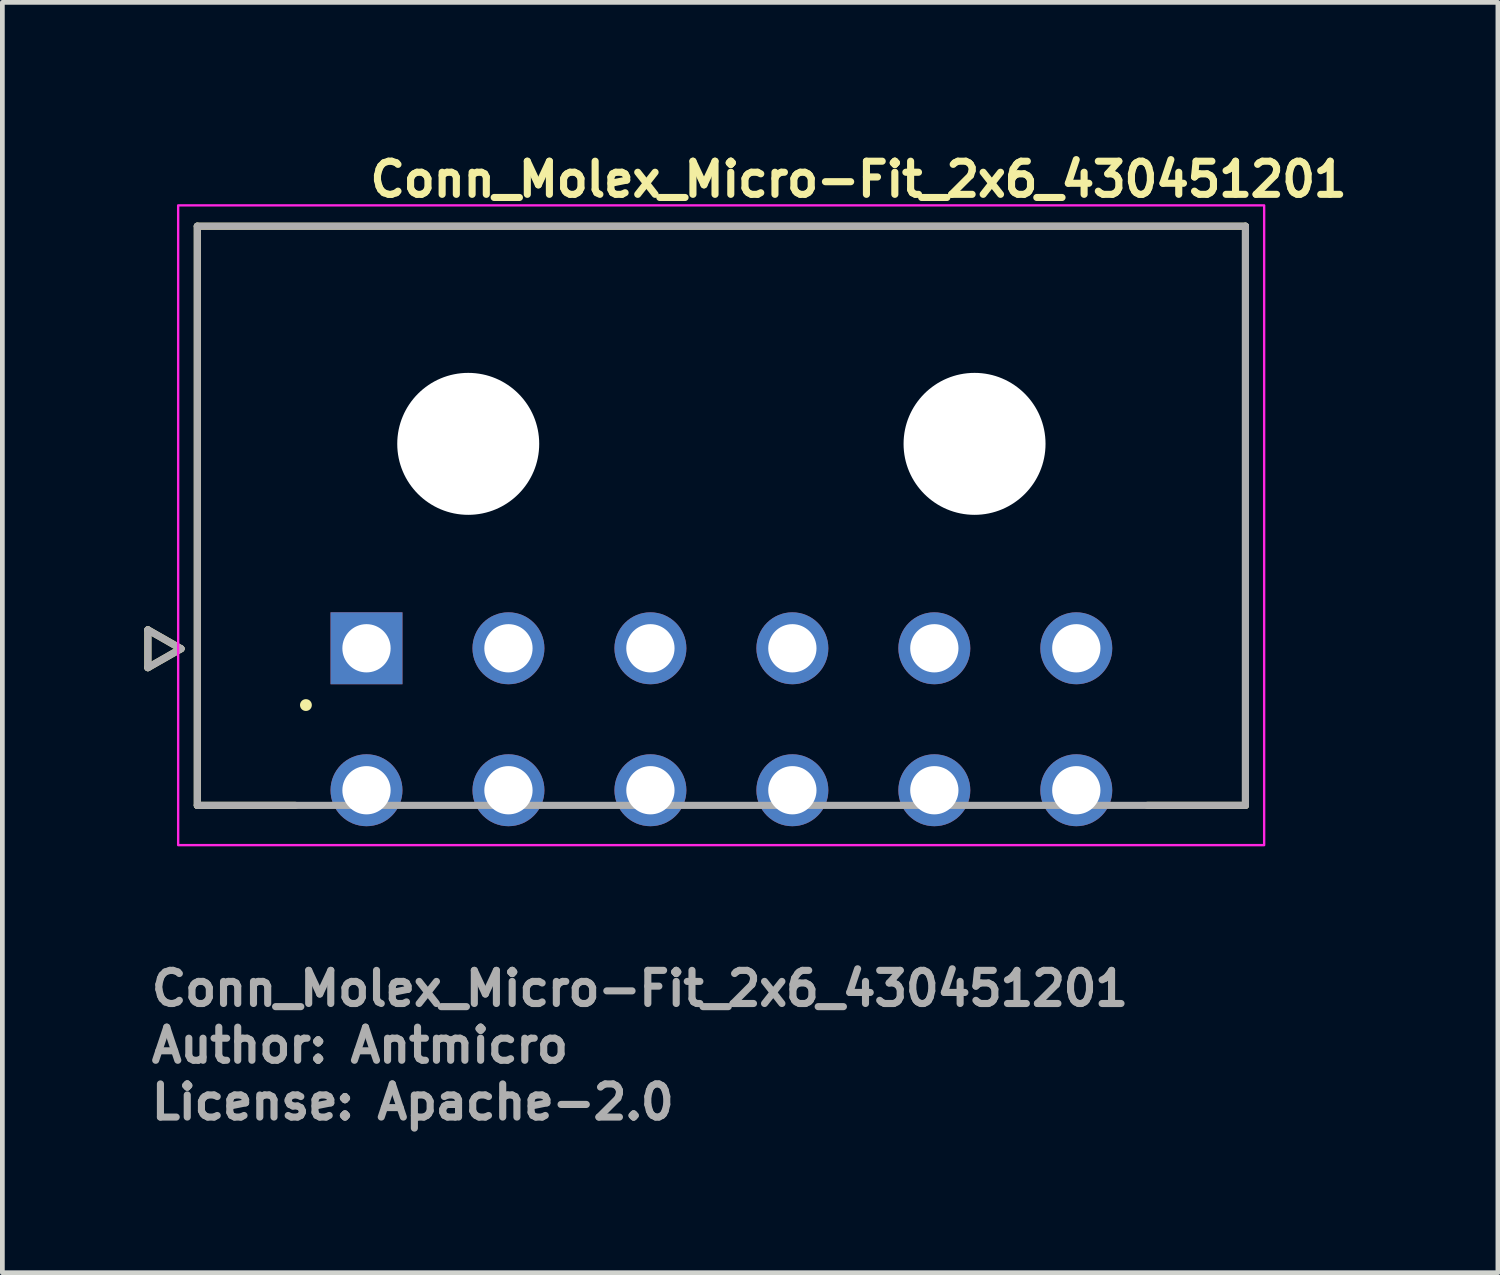
<source format=kicad_pcb>
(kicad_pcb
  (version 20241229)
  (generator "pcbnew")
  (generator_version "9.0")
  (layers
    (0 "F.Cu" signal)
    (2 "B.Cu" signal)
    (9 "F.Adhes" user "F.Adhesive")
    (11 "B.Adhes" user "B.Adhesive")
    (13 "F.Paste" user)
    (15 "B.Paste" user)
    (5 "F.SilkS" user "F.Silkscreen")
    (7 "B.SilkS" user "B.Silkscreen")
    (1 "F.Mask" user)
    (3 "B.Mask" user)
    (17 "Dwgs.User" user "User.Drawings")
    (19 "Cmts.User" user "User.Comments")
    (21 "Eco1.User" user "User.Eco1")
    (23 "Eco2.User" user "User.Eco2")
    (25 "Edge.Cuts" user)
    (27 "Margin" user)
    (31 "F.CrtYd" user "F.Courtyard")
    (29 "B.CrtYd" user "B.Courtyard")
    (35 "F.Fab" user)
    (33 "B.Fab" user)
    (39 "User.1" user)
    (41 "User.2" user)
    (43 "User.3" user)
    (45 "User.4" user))
  (footprint "Conn_Molex_Micro-Fit_2x6_430451201"
    (layer "F.Cu")
    (at 4.695 10.65)
    (property "Reference" "Conn_Molex_Micro-Fit_2x6_430451201" (at 0 -9.5 0) (layer "F.SilkS") (effects (font (size 0.7 0.7) (thickness 0.15)) (justify left bottom)))
    (attr through_hole)
    (fp_line (start -4.62 -0.39) (end -4.62 0.41) (stroke (width 0.15) (type solid)) (layer "F.SilkS"))
    (fp_line (start -4.62 0.41) (end -3.92 0.01) (stroke (width 0.15) (type solid)) (layer "F.SilkS"))
    (fp_line (start -3.92 0.01) (end -4.62 -0.39) (stroke (width 0.15) (type solid)) (layer "F.SilkS"))
    (fp_line (start -3.575 -8.92) (end -3.575 3.32) (stroke (width 0.15) (type solid)) (layer "F.SilkS"))
    (fp_line (start -3.575 3.32) (end -1.5 3.32) (stroke (width 0.15) (type solid)) (layer "F.SilkS"))
    (fp_line (start 16.5 3.32) (end 18.575 3.32) (stroke (width 0.15) (type solid)) (layer "F.SilkS"))
    (fp_line (start 18.575 -8.92) (end -3.575 -8.92) (stroke (width 0.15) (type solid)) (layer "F.SilkS"))
    (fp_line (start 18.575 3.32) (end 18.575 -8.92) (stroke (width 0.15) (type solid)) (layer "F.SilkS"))
    (fp_circle (center -1.28 1.2) (end -1.23 1.2) (stroke (width 0.15) (type solid)) (fill yes) (layer "F.SilkS"))
    (fp_rect (start -3.98 -9.36) (end 18.97 4.16) (stroke (width 0.05) (type solid)) (fill no) (layer "F.CrtYd"))
    (fp_line (start -4.62 -0.39) (end -4.62 0.41) (stroke (width 0.15) (type solid)) (layer "F.Fab"))
    (fp_line (start -4.62 0.41) (end -3.92 0.01) (stroke (width 0.15) (type solid)) (layer "F.Fab"))
    (fp_line (start -3.92 0.01) (end -4.62 -0.39) (stroke (width 0.15) (type solid)) (layer "F.Fab"))
    (fp_line (start -3.575 -8.92) (end -3.575 3.32) (stroke (width 0.15) (type solid)) (layer "F.Fab"))
    (fp_line (start -3.575 3.32) (end 18.575 3.32) (stroke (width 0.15) (type solid)) (layer "F.Fab"))
    (fp_line (start 18.575 -8.92) (end -3.575 -8.92) (stroke (width 0.15) (type solid)) (layer "F.Fab"))
    (fp_line (start 18.575 3.32) (end 18.575 -8.92) (stroke (width 0.15) (type solid)) (layer "F.Fab"))
    (fp_rect (start -3.575 -8.955) (end 18.575 3.285) (stroke (width 0.1) (type solid)) (fill no) (layer "User.5"))
    (fp_line (start -3.575 -0.645) (end -3.575 0.955) (stroke (width 0.02) (type solid)) (layer "User.9"))
    (fp_line (start -3.575 0.955) (end -1.825 0.955) (stroke (width 0.02) (type solid)) (layer "User.9"))
    (fp_line (start -3.325 -7.305) (end -1.94 -8.955) (stroke (width 0.02) (type solid)) (layer "User.9"))
    (fp_line (start -3.325 -0.645) (end -3.575 -0.645) (stroke (width 0.02) (type solid)) (layer "User.9"))
    (fp_line (start -3.325 -0.645) (end -3.325 -7.305) (stroke (width 0.02) (type solid)) (layer "User.9"))
    (fp_line (start -1.825 0.955) (end -1.825 -0.795) (stroke (width 0.02) (type solid)) (layer "User.9"))
    (fp_line (start -0.32 0.955) (end -1.825 0.955) (stroke (width 0.02) (type solid)) (layer "User.9"))
    (fp_line (start -0.32 0.955) (end -0.32 -0.345) (stroke (width 0.02) (type solid)) (layer "User.9"))
    (fp_line (start -0.32 3.285) (end -0.32 0.955) (stroke (width 0.02) (type solid)) (layer "User.9"))
    (fp_line (start -0.32 3.285) (end 0.32 3.285) (stroke (width 0.02) (type solid)) (layer "User.9"))
    (fp_line (start 0.32 -0.345) (end -0.32 -0.345) (stroke (width 0.02) (type solid)) (layer "User.9"))
    (fp_line (start 0.32 0.955) (end 0.32 -0.345) (stroke (width 0.02) (type solid)) (layer "User.9"))
    (fp_line (start 0.32 3.285) (end 0.32 0.955) (stroke (width 0.02) (type solid)) (layer "User.9"))
    (fp_line (start 2.68 0.955) (end 0.32 0.955) (stroke (width 0.02) (type solid)) (layer "User.9"))
    (fp_line (start 2.68 0.955) (end 2.68 -0.345) (stroke (width 0.02) (type solid)) (layer "User.9"))
    (fp_line (start 2.68 3.285) (end 2.68 0.955) (stroke (width 0.02) (type solid)) (layer "User.9"))
    (fp_line (start 2.68 3.285) (end 3.32 3.285) (stroke (width 0.02) (type solid)) (layer "User.9"))
    (fp_line (start 3.32 -0.345) (end 2.68 -0.345) (stroke (width 0.02) (type solid)) (layer "User.9"))
    (fp_line (start 3.32 0.955) (end 3.32 -0.345) (stroke (width 0.02) (type solid)) (layer "User.9"))
    (fp_line (start 3.32 3.285) (end 3.32 0.955) (stroke (width 0.02) (type solid)) (layer "User.9"))
    (fp_line (start 5.68 0.955) (end 3.32 0.955) (stroke (width 0.02) (type solid)) (layer "User.9"))
    (fp_line (start 5.68 0.955) (end 5.68 -0.345) (stroke (width 0.02) (type solid)) (layer "User.9"))
    (fp_line (start 5.68 3.285) (end 5.68 0.955) (stroke (width 0.02) (type solid)) (layer "User.9"))
    (fp_line (start 5.68 3.285) (end 6.32 3.285) (stroke (width 0.02) (type solid)) (layer "User.9"))
    (fp_line (start 6.32 -0.345) (end 5.68 -0.345) (stroke (width 0.02) (type solid)) (layer "User.9"))
    (fp_line (start 6.32 0.955) (end 6.32 -0.345) (stroke (width 0.02) (type solid)) (layer "User.9"))
    (fp_line (start 6.32 3.285) (end 6.32 0.955) (stroke (width 0.02) (type solid)) (layer "User.9"))
    (fp_line (start 6.8 -6.755) (end 6.8 -8.415) (stroke (width 0.02) (type solid)) (layer "User.9"))
    (fp_line (start 6.8 -6.005) (end 6.8 -6.755) (stroke (width 0.02) (type solid)) (layer "User.9"))
    (fp_line (start 6.8 -6) (end 6.8 -6.005) (stroke (width 0.02) (type solid)) (layer "User.9"))
    (fp_line (start 6.8 -6) (end 6.8 -6) (stroke (width 0.02) (type solid)) (layer "User.9"))
    (fp_line (start 6.8 -5.986) (end 6.8 -6) (stroke (width 0.02) (type solid)) (layer "User.9"))
    (fp_line (start 6.8 -5.986) (end 6.8 -5.986) (stroke (width 0.02) (type solid)) (layer "User.9"))
    (fp_line (start 6.8 -5.963) (end 6.8 -5.986) (stroke (width 0.02) (type solid)) (layer "User.9"))
    (fp_line (start 6.8 -5.963) (end 6.8 -5.963) (stroke (width 0.02) (type solid)) (layer "User.9"))
    (fp_line (start 6.8 -5.931) (end 6.8 -5.963) (stroke (width 0.02) (type solid)) (layer "User.9"))
    (fp_line (start 6.8 -5.931) (end 6.8 -5.931) (stroke (width 0.02) (type solid)) (layer "User.9"))
    (fp_line (start 6.8 -5.841) (end 6.8 -5.931) (stroke (width 0.02) (type solid)) (layer "User.9"))
    (fp_line (start 6.8 -5.841) (end 6.8 -5.841) (stroke (width 0.02) (type solid)) (layer "User.9"))
    (fp_line (start 6.8 -5.785) (end 6.8 -5.841) (stroke (width 0.02) (type solid)) (layer "User.9"))
    (fp_line (start 6.8 -5.785) (end 6.8 -5.785) (stroke (width 0.02) (type solid)) (layer "User.9"))
    (fp_line (start 6.8 -5.255) (end 6.8 -5.785) (stroke (width 0.02) (type solid)) (layer "User.9"))
    (fp_line (start 8.2 -8.415) (end 6.8 -8.415) (stroke (width 0.02) (type solid)) (layer "User.9"))
    (fp_line (start 8.2 -6.755) (end 6.8 -6.755) (stroke (width 0.02) (type solid)) (layer "User.9"))
    (fp_line (start 8.2 -6.755) (end 8.2 -8.415) (stroke (width 0.02) (type solid)) (layer "User.9"))
    (fp_line (start 8.2 -6.005) (end 6.8 -6.005) (stroke (width 0.02) (type solid)) (layer "User.9"))
    (fp_line (start 8.2 -6.005) (end 8.2 -6.755) (stroke (width 0.02) (type solid)) (layer "User.9"))
    (fp_line (start 8.2 -6) (end 8.2 -6.005) (stroke (width 0.02) (type solid)) (layer "User.9"))
    (fp_line (start 8.2 -6) (end 8.2 -6) (stroke (width 0.02) (type solid)) (layer "User.9"))
    (fp_line (start 8.2 -5.986) (end 8.2 -6) (stroke (width 0.02) (type solid)) (layer "User.9"))
    (fp_line (start 8.2 -5.986) (end 8.2 -5.986) (stroke (width 0.02) (type solid)) (layer "User.9"))
    (fp_line (start 8.2 -5.963) (end 8.2 -5.986) (stroke (width 0.02) (type solid)) (layer "User.9"))
    (fp_line (start 8.2 -5.963) (end 8.2 -5.963) (stroke (width 0.02) (type solid)) (layer "User.9"))
    (fp_line (start 8.2 -5.931) (end 8.2 -5.963) (stroke (width 0.02) (type solid)) (layer "User.9"))
    (fp_line (start 8.2 -5.931) (end 8.2 -5.931) (stroke (width 0.02) (type solid)) (layer "User.9"))
    (fp_line (start 8.2 -5.841) (end 8.2 -5.931) (stroke (width 0.02) (type solid)) (layer "User.9"))
    (fp_line (start 8.2 -5.841) (end 8.2 -5.841) (stroke (width 0.02) (type solid)) (layer "User.9"))
    (fp_line (start 8.2 -5.785) (end 8.2 -5.841) (stroke (width 0.02) (type solid)) (layer "User.9"))
    (fp_line (start 8.2 -5.785) (end 8.2 -5.785) (stroke (width 0.02) (type solid)) (layer "User.9"))
    (fp_line (start 8.2 -5.255) (end 8.2 -5.785) (stroke (width 0.02) (type solid)) (layer "User.9"))
    (fp_line (start 8.68 0.955) (end 6.32 0.955) (stroke (width 0.02) (type solid)) (layer "User.9"))
    (fp_line (start 8.68 0.955) (end 8.68 -0.345) (stroke (width 0.02) (type solid)) (layer "User.9"))
    (fp_line (start 8.68 3.285) (end 8.68 0.955) (stroke (width 0.02) (type solid)) (layer "User.9"))
    (fp_line (start 8.68 3.285) (end 9.32 3.285) (stroke (width 0.02) (type solid)) (layer "User.9"))
    (fp_line (start 9.32 -0.345) (end 8.68 -0.345) (stroke (width 0.02) (type solid)) (layer "User.9"))
    (fp_line (start 9.32 0.955) (end 9.32 -0.345) (stroke (width 0.02) (type solid)) (layer "User.9"))
    (fp_line (start 9.32 3.285) (end 9.32 0.955) (stroke (width 0.02) (type solid)) (layer "User.9"))
    (fp_line (start 11.68 0.955) (end 9.32 0.955) (stroke (width 0.02) (type solid)) (layer "User.9"))
    (fp_line (start 11.68 0.955) (end 11.68 -0.345) (stroke (width 0.02) (type solid)) (layer "User.9"))
    (fp_line (start 11.68 3.285) (end 11.68 0.955) (stroke (width 0.02) (type solid)) (layer "User.9"))
    (fp_line (start 11.68 3.285) (end 12.32 3.285) (stroke (width 0.02) (type solid)) (layer "User.9"))
    (fp_line (start 12.32 -0.345) (end 11.68 -0.345) (stroke (width 0.02) (type solid)) (layer "User.9"))
    (fp_line (start 12.32 0.955) (end 12.32 -0.345) (stroke (width 0.02) (type solid)) (layer "User.9"))
    (fp_line (start 12.32 3.285) (end 12.32 0.955) (stroke (width 0.02) (type solid)) (layer "User.9"))
    (fp_line (start 14.68 0.955) (end 12.32 0.955) (stroke (width 0.02) (type solid)) (layer "User.9"))
    (fp_line (start 14.68 0.955) (end 14.68 -0.345) (stroke (width 0.02) (type solid)) (layer "User.9"))
    (fp_line (start 14.68 3.285) (end 14.68 0.955) (stroke (width 0.02) (type solid)) (layer "User.9"))
    (fp_line (start 14.68 3.285) (end 15.32 3.285) (stroke (width 0.02) (type solid)) (layer "User.9"))
    (fp_line (start 15.32 -0.345) (end 14.68 -0.345) (stroke (width 0.02) (type solid)) (layer "User.9"))
    (fp_line (start 15.32 0.955) (end 15.32 -0.345) (stroke (width 0.02) (type solid)) (layer "User.9"))
    (fp_line (start 15.32 3.285) (end 15.32 0.955) (stroke (width 0.02) (type solid)) (layer "User.9"))
    (fp_line (start 16.825 -0.795) (end -1.825 -0.795) (stroke (width 0.02) (type solid)) (layer "User.9"))
    (fp_line (start 16.825 0.955) (end 15.32 0.955) (stroke (width 0.02) (type solid)) (layer "User.9"))
    (fp_line (start 16.825 0.955) (end 16.825 -0.795) (stroke (width 0.02) (type solid)) (layer "User.9"))
    (fp_line (start 16.825 0.955) (end 18.575 0.955) (stroke (width 0.02) (type solid)) (layer "User.9"))
    (fp_line (start 16.94 -8.955) (end -1.94 -8.955) (stroke (width 0.02) (type solid)) (layer "User.9"))
    (fp_line (start 16.94 -8.955) (end 18.325 -7.305) (stroke (width 0.02) (type solid)) (layer "User.9"))
    (fp_line (start 18.325 -0.645) (end 18.325 -7.305) (stroke (width 0.02) (type solid)) (layer "User.9"))
    (fp_line (start 18.575 -0.645) (end 18.325 -0.645) (stroke (width 0.02) (type solid)) (layer "User.9"))
    (fp_line (start 18.575 0.955) (end 18.575 -0.645) (stroke (width 0.02) (type solid)) (layer "User.9"))
    (fp_text user "Author: Antmicro" (at -4.62 8.8 0) (layer "F.Fab") (effects (font (size 0.7 0.7) (thickness 0.15)) (justify left bottom)))
    (fp_text user "License: Apache-2.0" (at -4.62 10 0) (layer "F.Fab") (effects (font (size 0.7 0.7) (thickness 0.15)) (justify left bottom)))
    (fp_text user "${REFERENCE}" (at -4.62 7.6 0) (layer "F.Fab") (effects (font (size 0.7 0.7) (thickness 0.15)) (justify left bottom)))
    (pad "" np_thru_hole circle (at 2.15 -4.32 180) (size 3 3) (drill 3) (layers "*.Cu" "*.Mask"))
    (pad "" np_thru_hole circle (at 12.85 -4.32 180) (size 3 3) (drill 3) (layers "*.Cu" "*.Mask"))
    (pad "1" thru_hole rect (at 0 0 180) (size 1.52 1.52) (drill 1.02) (layers "*.Cu" "*.Mask"))
    (pad "2" thru_hole circle (at 3 0 180) (size 1.52 1.52) (drill 1.02) (layers "*.Cu" "*.Mask"))
    (pad "3" thru_hole circle (at 6 0 180) (size 1.52 1.52) (drill 1.02) (layers "*.Cu" "*.Mask"))
    (pad "4" thru_hole circle (at 9 0 180) (size 1.52 1.52) (drill 1.02) (layers "*.Cu" "*.Mask"))
    (pad "5" thru_hole circle (at 12 0 180) (size 1.52 1.52) (drill 1.02) (layers "*.Cu" "*.Mask"))
    (pad "6" thru_hole circle (at 15 0 180) (size 1.52 1.52) (drill 1.02) (layers "*.Cu" "*.Mask"))
    (pad "7" thru_hole circle (at 0 3 180) (size 1.52 1.52) (drill 1.02) (layers "*.Cu" "*.Mask"))
    (pad "8" thru_hole circle (at 3 3 180) (size 1.52 1.52) (drill 1.02) (layers "*.Cu" "*.Mask"))
    (pad "9" thru_hole circle (at 6 3 180) (size 1.52 1.52) (drill 1.02) (layers "*.Cu" "*.Mask"))
    (pad "10" thru_hole circle (at 9 3 180) (size 1.52 1.52) (drill 1.02) (layers "*.Cu" "*.Mask"))
    (pad "11" thru_hole circle (at 12 3 180) (size 1.52 1.52) (drill 1.02) (layers "*.Cu" "*.Mask"))
    (pad "12" thru_hole circle (at 15 3 180) (size 1.52 1.52) (drill 1.02) (layers "*.Cu" "*.Mask")))
  (gr_rect
    (start -3 -3)
    (end 28.605 23.846)
    (stroke (width 0.1) (type default))
    (fill no)
    (layer "Edge.Cuts")))
</source>
